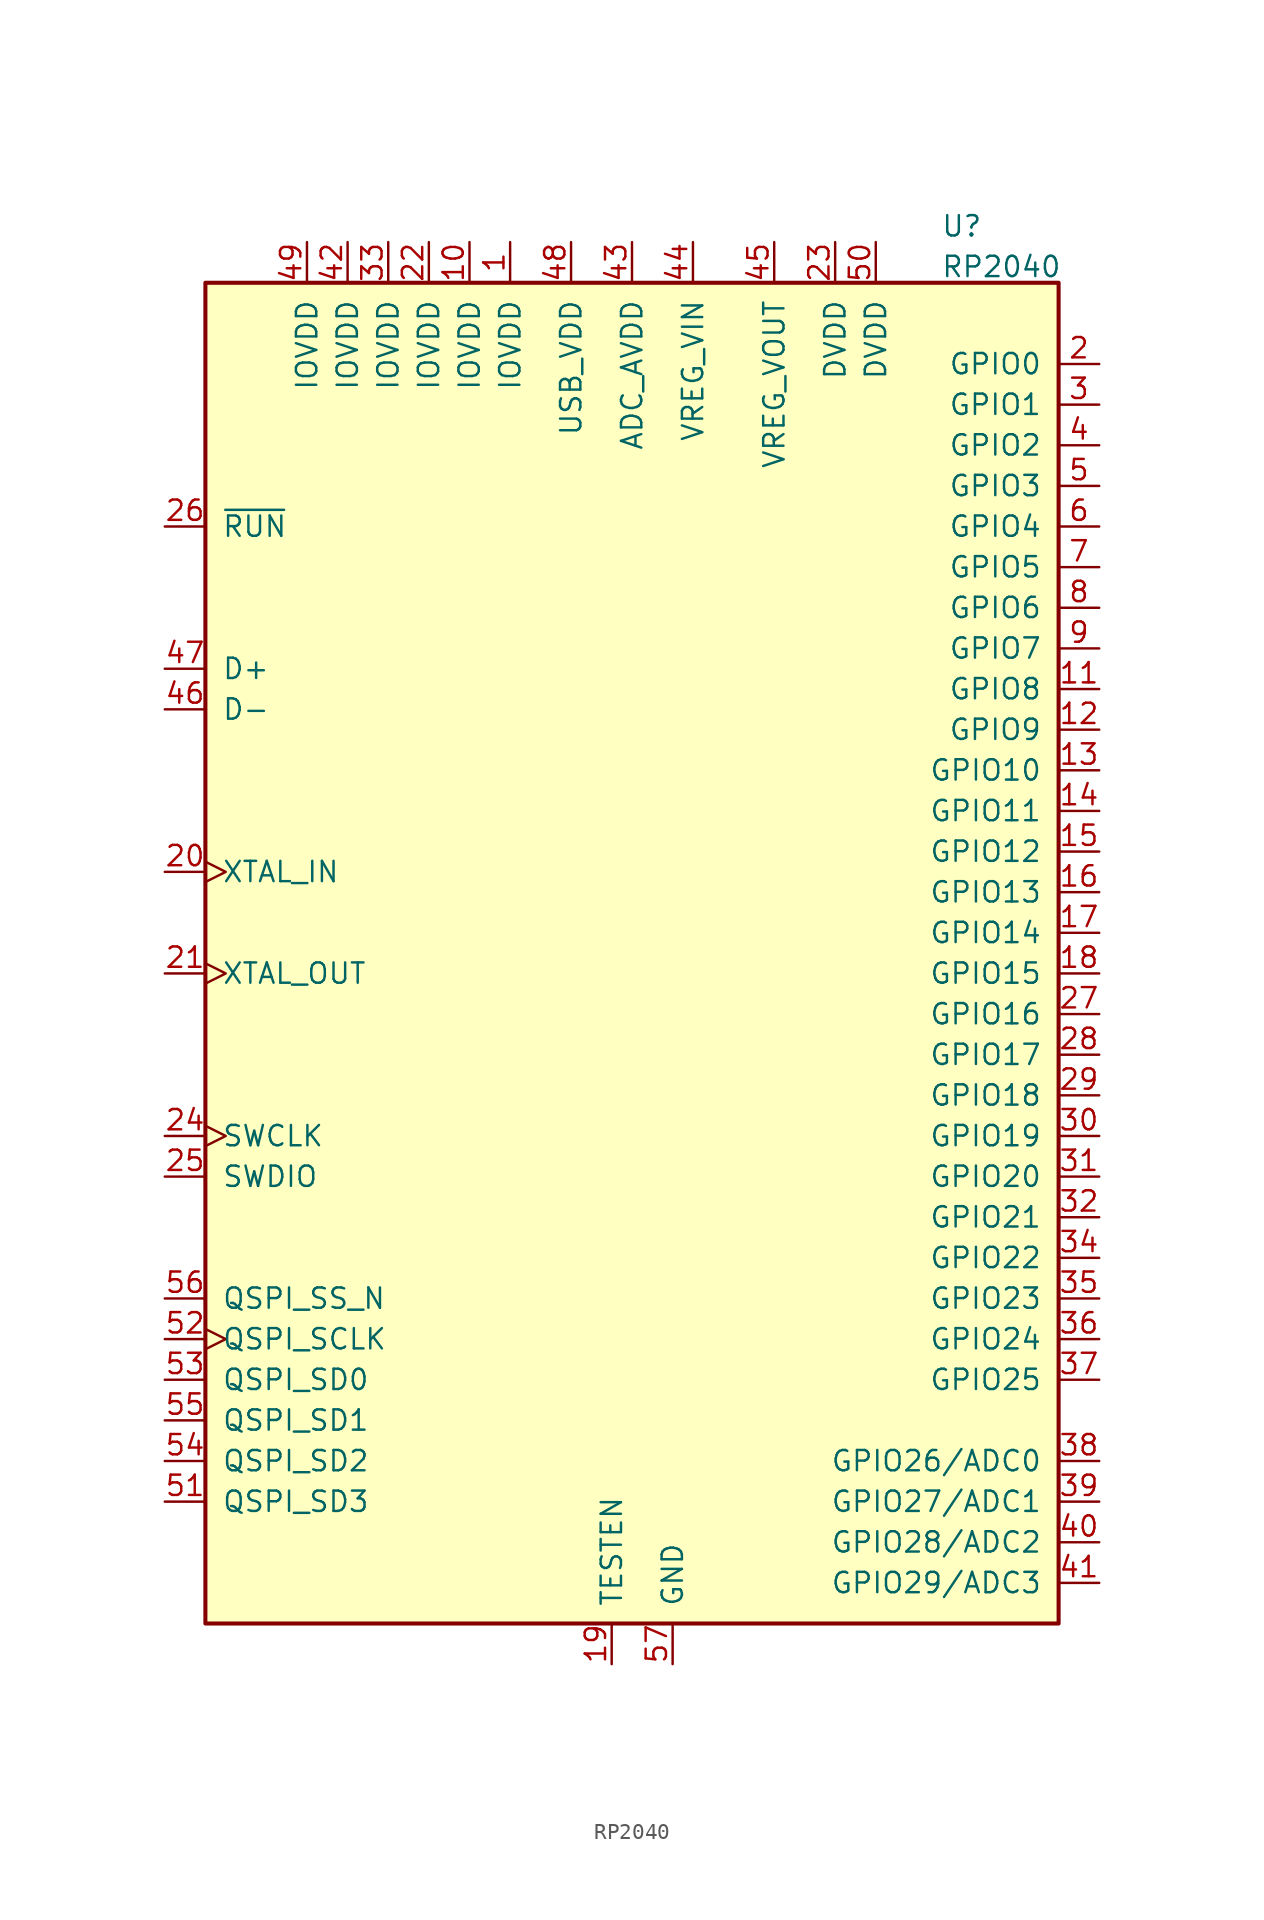
<source format=kicad_sym>
(kicad_symbol_lib
  (version 20231120)
  (generator "kicad_symbol_editor")
  (generator_version "8.0")
  (symbol "RP2040"
    (pin_names
      (offset 1.016))
    (property "Reference" "U"
      (at 21.844 51.054 0)
      (effects (font (size 1.27 1.27)) (justify left bottom)))
    (property "Value" "RP2040"
      (at 21.844 48.514 0)
      (effects (font (size 1.27 1.27)) (justify left bottom)))
    (symbol "RP2040_0_0"
      (rectangle (start -24.13 48.26) (end 29.21 -35.56) (stroke (width 0.254) (type default)) (fill (type background))))
    (symbol "RP2040_1_1"
      (pin power_in line (at -5.08 50.8 270) (length 2.54) (name "IOVDD" (effects (font (size 1.27 1.27)))) (number "1" (effects (font (size 1.27 1.27)))))
      (pin power_in line (at -7.62 50.8 270) (length 2.54) (name "IOVDD" (effects (font (size 1.27 1.27)))) (number "10" (effects (font (size 1.27 1.27)))))
      (pin input line (at 31.75 22.86 180) (length 2.54) (name "GPIO8" (effects (font (size 1.27 1.27)))) (number "11" (effects (font (size 1.27 1.27)))))
      (pin input line (at 31.75 20.32 180) (length 2.54) (name "GPIO9" (effects (font (size 1.27 1.27)))) (number "12" (effects (font (size 1.27 1.27)))))
      (pin input line (at 31.75 17.78 180) (length 2.54) (name "GPIO10" (effects (font (size 1.27 1.27)))) (number "13" (effects (font (size 1.27 1.27)))))
      (pin input line (at 31.75 15.24 180) (length 2.54) (name "GPIO11" (effects (font (size 1.27 1.27)))) (number "14" (effects (font (size 1.27 1.27)))))
      (pin input line (at 31.75 12.7 180) (length 2.54) (name "GPIO12" (effects (font (size 1.27 1.27)))) (number "15" (effects (font (size 1.27 1.27)))))
      (pin input line (at 31.75 10.16 180) (length 2.54) (name "GPIO13" (effects (font (size 1.27 1.27)))) (number "16" (effects (font (size 1.27 1.27)))))
      (pin input line (at 31.75 7.62 180) (length 2.54) (name "GPIO14" (effects (font (size 1.27 1.27)))) (number "17" (effects (font (size 1.27 1.27)))))
      (pin input line (at 31.75 5.08 180) (length 2.54) (name "GPIO15" (effects (font (size 1.27 1.27)))) (number "18" (effects (font (size 1.27 1.27)))))
      (pin input line (at 1.27 -38.1 90) (length 2.54) (name "TESTEN" (effects (font (size 1.27 1.27)))) (number "19" (effects (font (size 1.27 1.27)))))
      (pin input line (at 31.75 43.18 180) (length 2.54) (name "GPIO0" (effects (font (size 1.27 1.27)))) (number "2" (effects (font (size 1.27 1.27)))))
      (pin input clock (at -26.67 11.43 0) (length 2.54) (name "XTAL_IN" (effects (font (size 1.27 1.27)))) (number "20" (effects (font (size 1.27 1.27)))))
      (pin input clock (at -26.67 5.08 0) (length 2.54) (name "XTAL_OUT" (effects (font (size 1.27 1.27)))) (number "21" (effects (font (size 1.27 1.27)))))
      (pin power_in line (at -10.16 50.8 270) (length 2.54) (name "IOVDD" (effects (font (size 1.27 1.27)))) (number "22" (effects (font (size 1.27 1.27)))))
      (pin power_in line (at 15.24 50.8 270) (length 2.54) (name "DVDD" (effects (font (size 1.27 1.27)))) (number "23" (effects (font (size 1.27 1.27)))))
      (pin input clock (at -26.67 -5.08 0) (length 2.54) (name "SWCLK" (effects (font (size 1.27 1.27)))) (number "24" (effects (font (size 1.27 1.27)))))
      (pin bidirectional line (at -26.67 -7.62 0) (length 2.54) (name "SWDIO" (effects (font (size 1.27 1.27)))) (number "25" (effects (font (size 1.27 1.27)))))
      (pin input line (at -26.67 33.02 0) (length 2.54) (name "~{RUN}" (effects (font (size 1.27 1.27)))) (number "26" (effects (font (size 1.27 1.27)))))
      (pin input line (at 31.75 2.54 180) (length 2.54) (name "GPIO16" (effects (font (size 1.27 1.27)))) (number "27" (effects (font (size 1.27 1.27)))))
      (pin input line (at 31.75 0 180) (length 2.54) (name "GPIO17" (effects (font (size 1.27 1.27)))) (number "28" (effects (font (size 1.27 1.27)))))
      (pin input line (at 31.75 -2.54 180) (length 2.54) (name "GPIO18" (effects (font (size 1.27 1.27)))) (number "29" (effects (font (size 1.27 1.27)))))
      (pin input line (at 31.75 40.64 180) (length 2.54) (name "GPIO1" (effects (font (size 1.27 1.27)))) (number "3" (effects (font (size 1.27 1.27)))))
      (pin input line (at 31.75 -5.08 180) (length 2.54) (name "GPIO19" (effects (font (size 1.27 1.27)))) (number "30" (effects (font (size 1.27 1.27)))))
      (pin input line (at 31.75 -7.62 180) (length 2.54) (name "GPIO20" (effects (font (size 1.27 1.27)))) (number "31" (effects (font (size 1.27 1.27)))))
      (pin input line (at 31.75 -10.16 180) (length 2.54) (name "GPIO21" (effects (font (size 1.27 1.27)))) (number "32" (effects (font (size 1.27 1.27)))))
      (pin power_in line (at -12.7 50.8 270) (length 2.54) (name "IOVDD" (effects (font (size 1.27 1.27)))) (number "33" (effects (font (size 1.27 1.27)))))
      (pin input line (at 31.75 -12.7 180) (length 2.54) (name "GPIO22" (effects (font (size 1.27 1.27)))) (number "34" (effects (font (size 1.27 1.27)))))
      (pin input line (at 31.75 -15.24 180) (length 2.54) (name "GPIO23" (effects (font (size 1.27 1.27)))) (number "35" (effects (font (size 1.27 1.27)))))
      (pin input line (at 31.75 -17.78 180) (length 2.54) (name "GPIO24" (effects (font (size 1.27 1.27)))) (number "36" (effects (font (size 1.27 1.27)))))
      (pin input line (at 31.75 -20.32 180) (length 2.54) (name "GPIO25" (effects (font (size 1.27 1.27)))) (number "37" (effects (font (size 1.27 1.27)))))
      (pin input line (at 31.75 -25.4 180) (length 2.54) (name "GPIO26/ADC0" (effects (font (size 1.27 1.27)))) (number "38" (effects (font (size 1.27 1.27)))))
      (pin input line (at 31.75 -27.94 180) (length 2.54) (name "GPIO27/ADC1" (effects (font (size 1.27 1.27)))) (number "39" (effects (font (size 1.27 1.27)))))
      (pin input line (at 31.75 38.1 180) (length 2.54) (name "GPIO2" (effects (font (size 1.27 1.27)))) (number "4" (effects (font (size 1.27 1.27)))))
      (pin input line (at 31.75 -30.48 180) (length 2.54) (name "GPIO28/ADC2" (effects (font (size 1.27 1.27)))) (number "40" (effects (font (size 1.27 1.27)))))
      (pin input line (at 31.75 -33.02 180) (length 2.54) (name "GPIO29/ADC3" (effects (font (size 1.27 1.27)))) (number "41" (effects (font (size 1.27 1.27)))))
      (pin power_in line (at -15.24 50.8 270) (length 2.54) (name "IOVDD" (effects (font (size 1.27 1.27)))) (number "42" (effects (font (size 1.27 1.27)))))
      (pin power_in line (at 2.54 50.8 270) (length 2.54) (name "ADC_AVDD" (effects (font (size 1.27 1.27)))) (number "43" (effects (font (size 1.27 1.27)))))
      (pin power_in line (at 6.35 50.8 270) (length 2.54) (name "VREG_VIN" (effects (font (size 1.27 1.27)))) (number "44" (effects (font (size 1.27 1.27)))))
      (pin power_out line (at 11.43 50.8 270) (length 2.54) (name "VREG_VOUT" (effects (font (size 1.27 1.27)))) (number "45" (effects (font (size 1.27 1.27)))))
      (pin bidirectional line (at -26.67 21.59 0) (length 2.54) (name "D-" (effects (font (size 1.27 1.27)))) (number "46" (effects (font (size 1.27 1.27)))))
      (pin bidirectional line (at -26.67 24.13 0) (length 2.54) (name "D+" (effects (font (size 1.27 1.27)))) (number "47" (effects (font (size 1.27 1.27)))))
      (pin power_in line (at -1.27 50.8 270) (length 2.54) (name "USB_VDD" (effects (font (size 1.27 1.27)))) (number "48" (effects (font (size 1.27 1.27)))))
      (pin power_in line (at -17.78 50.8 270) (length 2.54) (name "IOVDD" (effects (font (size 1.27 1.27)))) (number "49" (effects (font (size 1.27 1.27)))))
      (pin input line (at 31.75 35.56 180) (length 2.54) (name "GPIO3" (effects (font (size 1.27 1.27)))) (number "5" (effects (font (size 1.27 1.27)))))
      (pin power_in line (at 17.78 50.8 270) (length 2.54) (name "DVDD" (effects (font (size 1.27 1.27)))) (number "50" (effects (font (size 1.27 1.27)))))
      (pin bidirectional line (at -26.67 -27.94 0) (length 2.54) (name "QSPI_SD3" (effects (font (size 1.27 1.27)))) (number "51" (effects (font (size 1.27 1.27)))))
      (pin output clock (at -26.67 -17.78 0) (length 2.54) (name "QSPI_SCLK" (effects (font (size 1.27 1.27)))) (number "52" (effects (font (size 1.27 1.27)))))
      (pin bidirectional line (at -26.67 -20.32 0) (length 2.54) (name "QSPI_SD0" (effects (font (size 1.27 1.27)))) (number "53" (effects (font (size 1.27 1.27)))))
      (pin bidirectional line (at -26.67 -25.4 0) (length 2.54) (name "QSPI_SD2" (effects (font (size 1.27 1.27)))) (number "54" (effects (font (size 1.27 1.27)))))
      (pin bidirectional line (at -26.67 -22.86 0) (length 2.54) (name "QSPI_SD1" (effects (font (size 1.27 1.27)))) (number "55" (effects (font (size 1.27 1.27)))))
      (pin bidirectional line (at -26.67 -15.24 0) (length 2.54) (name "QSPI_SS_N" (effects (font (size 1.27 1.27)))) (number "56" (effects (font (size 1.27 1.27)))))
      (pin power_in line (at 5.08 -38.1 90) (length 2.54) (name "GND" (effects (font (size 1.27 1.27)))) (number "57" (effects (font (size 1.27 1.27)))))
      (pin input line (at 31.75 33.02 180) (length 2.54) (name "GPIO4" (effects (font (size 1.27 1.27)))) (number "6" (effects (font (size 1.27 1.27)))))
      (pin input line (at 31.75 30.48 180) (length 2.54) (name "GPIO5" (effects (font (size 1.27 1.27)))) (number "7" (effects (font (size 1.27 1.27)))))
      (pin input line (at 31.75 27.94 180) (length 2.54) (name "GPIO6" (effects (font (size 1.27 1.27)))) (number "8" (effects (font (size 1.27 1.27)))))
      (pin input line (at 31.75 25.4 180) (length 2.54) (name "GPIO7" (effects (font (size 1.27 1.27)))) (number "9" (effects (font (size 1.27 1.27))))))))
</source>
